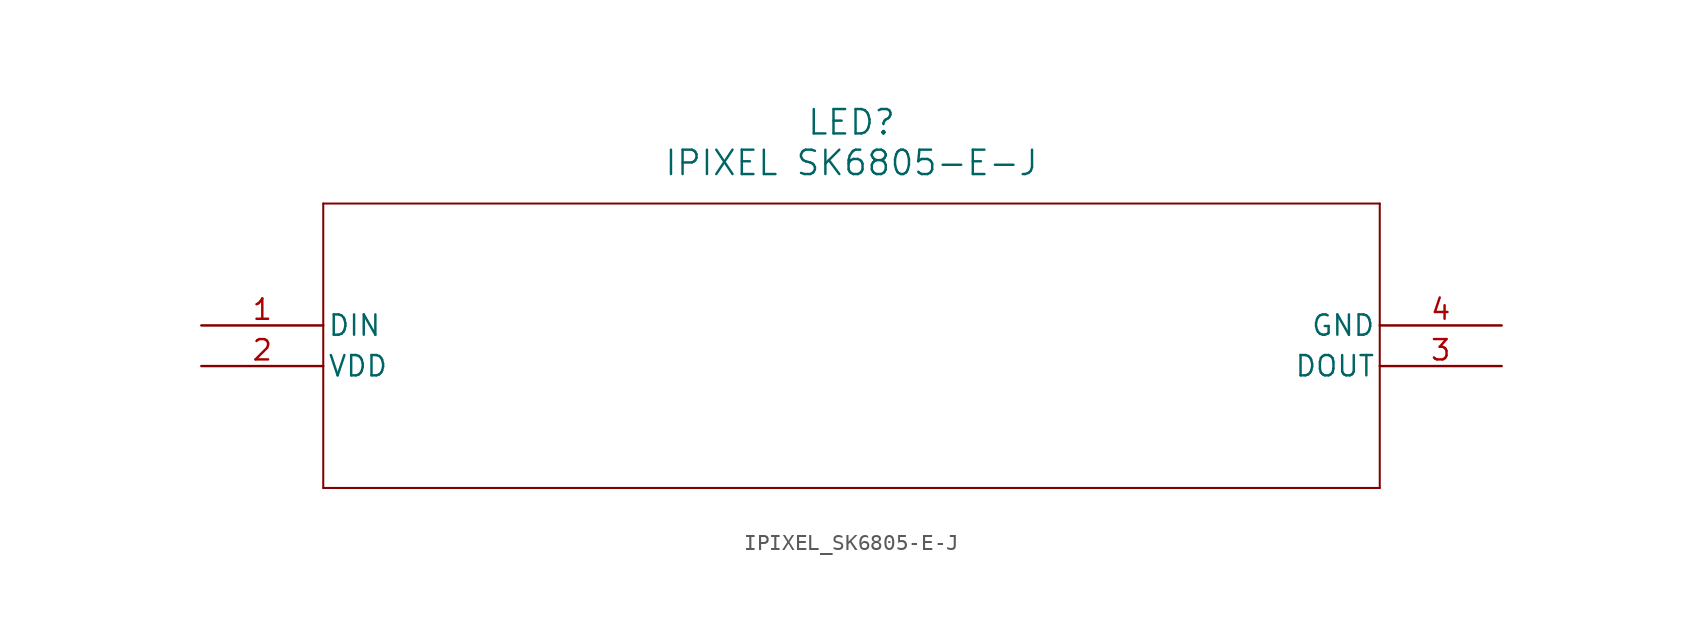
<source format=kicad_sym>
(kicad_symbol_lib
  (version 20241209)
  (generator "kicad_symbol_editor")
  (generator_version "9.0")
  (symbol "IPIXEL_SK6805-E-J"
    (pin_names
      (offset 0.254))
    (property "Reference" "LED"
      (at 40.64 12.7 0)
      (effects (font (size 1.524 1.524))))
    (property "Value" "IPIXEL SK6805-E-J"
      (at 40.64 10.16 0)
      (effects (font (size 1.524 1.524))))
    (property "ki_locked" ""
      (at 0 0 0)
      (effects (font (size 1.27 1.27))))
    (symbol "IPIXEL_SK6805-E-J_0_1"
      (polyline (pts (xy 7.62 7.62) (xy 7.62 -10.16)) (stroke (width 0.127) (type default)) (fill (type none)))
      (polyline (pts (xy 7.62 -10.16) (xy 73.66 -10.16)) (stroke (width 0.127) (type default)) (fill (type none)))
      (polyline (pts (xy 73.66 7.62) (xy 7.62 7.62)) (stroke (width 0.127) (type default)) (fill (type none)))
      (polyline (pts (xy 73.66 -10.16) (xy 73.66 7.62)) (stroke (width 0.127) (type default)) (fill (type none)))
      (pin input line (at 0 0 0) (length 7.62) (name "DIN" (effects (font (size 1.27 1.27)))) (number "1" (effects (font (size 1.27 1.27)))))
      (pin power_in line (at 0 -2.54 0) (length 7.62) (name "VDD" (effects (font (size 1.27 1.27)))) (number "2" (effects (font (size 1.27 1.27)))))
      (pin power_out line (at 81.28 0 180) (length 7.62) (name "GND" (effects (font (size 1.27 1.27)))) (number "4" (effects (font (size 1.27 1.27)))))
      (pin output line (at 81.28 -2.54 180) (length 7.62) (name "DOUT" (effects (font (size 1.27 1.27)))) (number "3" (effects (font (size 1.27 1.27))))))))
</source>
